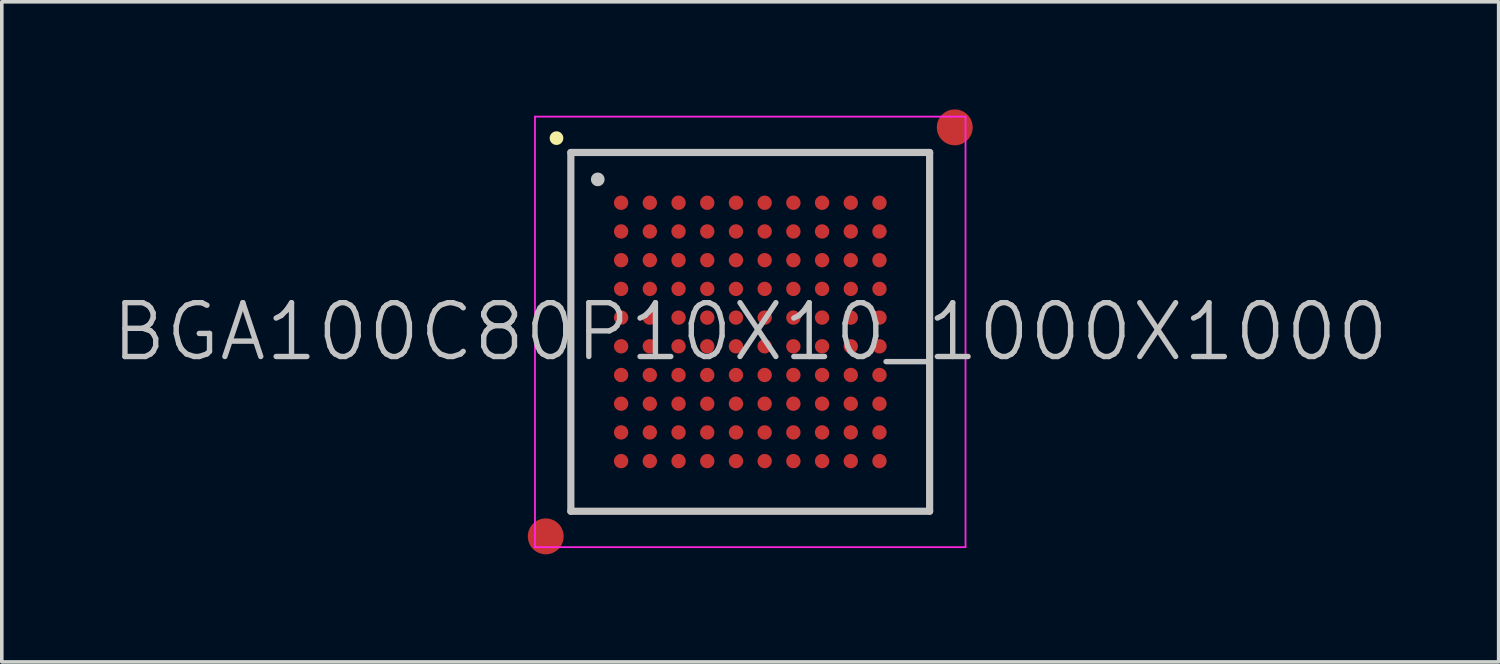
<source format=kicad_pcb>
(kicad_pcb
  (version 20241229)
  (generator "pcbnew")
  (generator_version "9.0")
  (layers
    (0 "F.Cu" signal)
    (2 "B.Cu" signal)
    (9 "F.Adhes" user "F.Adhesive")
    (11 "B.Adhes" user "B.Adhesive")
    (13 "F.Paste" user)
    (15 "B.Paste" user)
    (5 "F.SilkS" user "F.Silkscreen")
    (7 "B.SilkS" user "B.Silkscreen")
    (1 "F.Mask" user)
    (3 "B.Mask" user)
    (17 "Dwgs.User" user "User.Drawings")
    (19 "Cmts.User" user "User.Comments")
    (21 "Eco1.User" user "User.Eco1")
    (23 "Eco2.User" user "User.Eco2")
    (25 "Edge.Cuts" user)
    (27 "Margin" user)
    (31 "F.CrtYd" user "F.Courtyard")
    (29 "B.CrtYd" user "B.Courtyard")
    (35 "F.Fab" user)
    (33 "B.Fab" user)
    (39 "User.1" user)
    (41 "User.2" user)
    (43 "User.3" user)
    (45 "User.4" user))
  (footprint "BGA100C80P10X10_1000X1000"
    (layer "F.Cu")
    (at 17.861 6.2)
    (property "Reference" "BGA100C80P10X10_1000X1000" (at 0 0 0) (layer "Dwgs.User") (effects (font (size 1.5 1.5) (thickness 0.15))))
    (attr smd)
    (fp_line (start -5.4 -5.4) (end -5.4 -5.4) (stroke (width 0.381) (type solid)) (layer "F.SilkS"))
    (fp_line (start -5 -5) (end -5 5) (stroke (width 0.2) (type solid)) (layer "Dwgs.User"))
    (fp_line (start -5 -5) (end 5 -5) (stroke (width 0.2) (type solid)) (layer "Dwgs.User"))
    (fp_line (start -5 5) (end 5 5) (stroke (width 0.2) (type solid)) (layer "Dwgs.User"))
    (fp_line (start -4.25 -4.25) (end -4.25 -4.25) (stroke (width 0.381) (type solid)) (layer "Dwgs.User"))
    (fp_line (start 5 -5) (end 5 5) (stroke (width 0.2) (type solid)) (layer "Dwgs.User"))
    (fp_line (start -6 -6) (end -6 6) (stroke (width 0.05) (type solid)) (layer "F.CrtYd"))
    (fp_line (start -6 -6) (end 6 -6) (stroke (width 0.05) (type solid)) (layer "F.CrtYd"))
    (fp_line (start -6 6) (end 6 6) (stroke (width 0.05) (type solid)) (layer "F.CrtYd"))
    (fp_line (start 6 -6) (end 6 6) (stroke (width 0.05) (type solid)) (layer "F.CrtYd"))
    (pad "" smd circle (at -5.7 5.7) (size 1 1) (layers "F.Cu" "F.Mask"))
    (pad "" smd circle (at 5.7 -5.7) (size 1 1) (layers "F.Cu" "F.Mask"))
    (pad "A1" smd circle (at -3.599 -3.599) (size 0.4 0.4) (layers "F.Cu" "F.Mask" "F.Paste"))
    (pad "A2" smd circle (at -2.799 -3.599) (size 0.4 0.4) (layers "F.Cu" "F.Mask" "F.Paste"))
    (pad "A3" smd circle (at -1.998 -3.599) (size 0.4 0.4) (layers "F.Cu" "F.Mask" "F.Paste"))
    (pad "A4" smd circle (at -1.198 -3.599) (size 0.4 0.4) (layers "F.Cu" "F.Mask" "F.Paste"))
    (pad "A5" smd circle (at -0.398 -3.599) (size 0.4 0.4) (layers "F.Cu" "F.Mask" "F.Paste"))
    (pad "A6" smd circle (at 0.402 -3.599) (size 0.4 0.4) (layers "F.Cu" "F.Mask" "F.Paste"))
    (pad "A7" smd circle (at 1.202 -3.599) (size 0.4 0.4) (layers "F.Cu" "F.Mask" "F.Paste"))
    (pad "A8" smd circle (at 2.002 -3.599) (size 0.4 0.4) (layers "F.Cu" "F.Mask" "F.Paste"))
    (pad "A9" smd circle (at 2.802 -3.599) (size 0.4 0.4) (layers "F.Cu" "F.Mask" "F.Paste"))
    (pad "A10" smd circle (at 3.602 -3.599) (size 0.4 0.4) (layers "F.Cu" "F.Mask" "F.Paste"))
    (pad "B1" smd circle (at -3.599 -2.799) (size 0.4 0.4) (layers "F.Cu" "F.Mask" "F.Paste"))
    (pad "B2" smd circle (at -2.799 -2.799) (size 0.4 0.4) (layers "F.Cu" "F.Mask" "F.Paste"))
    (pad "B3" smd circle (at -1.998 -2.799) (size 0.4 0.4) (layers "F.Cu" "F.Mask" "F.Paste"))
    (pad "B4" smd circle (at -1.198 -2.799) (size 0.4 0.4) (layers "F.Cu" "F.Mask" "F.Paste"))
    (pad "B5" smd circle (at -0.398 -2.799) (size 0.4 0.4) (layers "F.Cu" "F.Mask" "F.Paste"))
    (pad "B6" smd circle (at 0.402 -2.799) (size 0.4 0.4) (layers "F.Cu" "F.Mask" "F.Paste"))
    (pad "B7" smd circle (at 1.202 -2.799) (size 0.4 0.4) (layers "F.Cu" "F.Mask" "F.Paste"))
    (pad "B8" smd circle (at 2.002 -2.799) (size 0.4 0.4) (layers "F.Cu" "F.Mask" "F.Paste"))
    (pad "B9" smd circle (at 2.802 -2.799) (size 0.4 0.4) (layers "F.Cu" "F.Mask" "F.Paste"))
    (pad "B10" smd circle (at 3.602 -2.799) (size 0.4 0.4) (layers "F.Cu" "F.Mask" "F.Paste"))
    (pad "C1" smd circle (at -3.599 -1.998) (size 0.4 0.4) (layers "F.Cu" "F.Mask" "F.Paste"))
    (pad "C2" smd circle (at -2.799 -1.998) (size 0.4 0.4) (layers "F.Cu" "F.Mask" "F.Paste"))
    (pad "C3" smd circle (at -1.998 -1.998) (size 0.4 0.4) (layers "F.Cu" "F.Mask" "F.Paste"))
    (pad "C4" smd circle (at -1.198 -1.998) (size 0.4 0.4) (layers "F.Cu" "F.Mask" "F.Paste"))
    (pad "C5" smd circle (at -0.398 -1.998) (size 0.4 0.4) (layers "F.Cu" "F.Mask" "F.Paste"))
    (pad "C6" smd circle (at 0.402 -1.998) (size 0.4 0.4) (layers "F.Cu" "F.Mask" "F.Paste"))
    (pad "C7" smd circle (at 1.202 -1.998) (size 0.4 0.4) (layers "F.Cu" "F.Mask" "F.Paste"))
    (pad "C8" smd circle (at 2.002 -1.998) (size 0.4 0.4) (layers "F.Cu" "F.Mask" "F.Paste"))
    (pad "C9" smd circle (at 2.802 -1.998) (size 0.4 0.4) (layers "F.Cu" "F.Mask" "F.Paste"))
    (pad "C10" smd circle (at 3.602 -1.998) (size 0.4 0.4) (layers "F.Cu" "F.Mask" "F.Paste"))
    (pad "D1" smd circle (at -3.599 -1.198) (size 0.4 0.4) (layers "F.Cu" "F.Mask" "F.Paste"))
    (pad "D2" smd circle (at -2.799 -1.198) (size 0.4 0.4) (layers "F.Cu" "F.Mask" "F.Paste"))
    (pad "D3" smd circle (at -1.998 -1.198) (size 0.4 0.4) (layers "F.Cu" "F.Mask" "F.Paste"))
    (pad "D4" smd circle (at -1.198 -1.198) (size 0.4 0.4) (layers "F.Cu" "F.Mask" "F.Paste"))
    (pad "D5" smd circle (at -0.398 -1.198) (size 0.4 0.4) (layers "F.Cu" "F.Mask" "F.Paste"))
    (pad "D6" smd circle (at 0.402 -1.198) (size 0.4 0.4) (layers "F.Cu" "F.Mask" "F.Paste"))
    (pad "D7" smd circle (at 1.202 -1.198) (size 0.4 0.4) (layers "F.Cu" "F.Mask" "F.Paste"))
    (pad "D8" smd circle (at 2.002 -1.198) (size 0.4 0.4) (layers "F.Cu" "F.Mask" "F.Paste"))
    (pad "D9" smd circle (at 2.802 -1.198) (size 0.4 0.4) (layers "F.Cu" "F.Mask" "F.Paste"))
    (pad "D10" smd circle (at 3.602 -1.198) (size 0.4 0.4) (layers "F.Cu" "F.Mask" "F.Paste"))
    (pad "E1" smd circle (at -3.599 -0.398) (size 0.4 0.4) (layers "F.Cu" "F.Mask" "F.Paste"))
    (pad "E2" smd circle (at -2.799 -0.398) (size 0.4 0.4) (layers "F.Cu" "F.Mask" "F.Paste"))
    (pad "E3" smd circle (at -1.998 -0.398) (size 0.4 0.4) (layers "F.Cu" "F.Mask" "F.Paste"))
    (pad "E4" smd circle (at -1.198 -0.398) (size 0.4 0.4) (layers "F.Cu" "F.Mask" "F.Paste"))
    (pad "E5" smd circle (at -0.398 -0.398) (size 0.4 0.4) (layers "F.Cu" "F.Mask" "F.Paste"))
    (pad "E6" smd circle (at 0.402 -0.398) (size 0.4 0.4) (layers "F.Cu" "F.Mask" "F.Paste"))
    (pad "E7" smd circle (at 1.202 -0.398) (size 0.4 0.4) (layers "F.Cu" "F.Mask" "F.Paste"))
    (pad "E8" smd circle (at 2.002 -0.398) (size 0.4 0.4) (layers "F.Cu" "F.Mask" "F.Paste"))
    (pad "E9" smd circle (at 2.802 -0.398) (size 0.4 0.4) (layers "F.Cu" "F.Mask" "F.Paste"))
    (pad "E10" smd circle (at 3.602 -0.398) (size 0.4 0.4) (layers "F.Cu" "F.Mask" "F.Paste"))
    (pad "F1" smd circle (at -3.599 0.402) (size 0.4 0.4) (layers "F.Cu" "F.Mask" "F.Paste"))
    (pad "F2" smd circle (at -2.799 0.402) (size 0.4 0.4) (layers "F.Cu" "F.Mask" "F.Paste"))
    (pad "F3" smd circle (at -1.998 0.402) (size 0.4 0.4) (layers "F.Cu" "F.Mask" "F.Paste"))
    (pad "F4" smd circle (at -1.198 0.402) (size 0.4 0.4) (layers "F.Cu" "F.Mask" "F.Paste"))
    (pad "F5" smd circle (at -0.398 0.402) (size 0.4 0.4) (layers "F.Cu" "F.Mask" "F.Paste"))
    (pad "F6" smd circle (at 0.402 0.402) (size 0.4 0.4) (layers "F.Cu" "F.Mask" "F.Paste"))
    (pad "F7" smd circle (at 1.202 0.402) (size 0.4 0.4) (layers "F.Cu" "F.Mask" "F.Paste"))
    (pad "F8" smd circle (at 2.002 0.402) (size 0.4 0.4) (layers "F.Cu" "F.Mask" "F.Paste"))
    (pad "F9" smd circle (at 2.802 0.402) (size 0.4 0.4) (layers "F.Cu" "F.Mask" "F.Paste"))
    (pad "F10" smd circle (at 3.602 0.402) (size 0.4 0.4) (layers "F.Cu" "F.Mask" "F.Paste"))
    (pad "G1" smd circle (at -3.599 1.202) (size 0.4 0.4) (layers "F.Cu" "F.Mask" "F.Paste"))
    (pad "G2" smd circle (at -2.799 1.202) (size 0.4 0.4) (layers "F.Cu" "F.Mask" "F.Paste"))
    (pad "G3" smd circle (at -1.998 1.202) (size 0.4 0.4) (layers "F.Cu" "F.Mask" "F.Paste"))
    (pad "G4" smd circle (at -1.198 1.202) (size 0.4 0.4) (layers "F.Cu" "F.Mask" "F.Paste"))
    (pad "G5" smd circle (at -0.398 1.202) (size 0.4 0.4) (layers "F.Cu" "F.Mask" "F.Paste"))
    (pad "G6" smd circle (at 0.402 1.202) (size 0.4 0.4) (layers "F.Cu" "F.Mask" "F.Paste"))
    (pad "G7" smd circle (at 1.202 1.202) (size 0.4 0.4) (layers "F.Cu" "F.Mask" "F.Paste"))
    (pad "G8" smd circle (at 2.002 1.202) (size 0.4 0.4) (layers "F.Cu" "F.Mask" "F.Paste"))
    (pad "G9" smd circle (at 2.802 1.202) (size 0.4 0.4) (layers "F.Cu" "F.Mask" "F.Paste"))
    (pad "G10" smd circle (at 3.602 1.202) (size 0.4 0.4) (layers "F.Cu" "F.Mask" "F.Paste"))
    (pad "H1" smd circle (at -3.599 2.002) (size 0.4 0.4) (layers "F.Cu" "F.Mask" "F.Paste"))
    (pad "H2" smd circle (at -2.799 2.002) (size 0.4 0.4) (layers "F.Cu" "F.Mask" "F.Paste"))
    (pad "H3" smd circle (at -1.998 2.002) (size 0.4 0.4) (layers "F.Cu" "F.Mask" "F.Paste"))
    (pad "H4" smd circle (at -1.198 2.002) (size 0.4 0.4) (layers "F.Cu" "F.Mask" "F.Paste"))
    (pad "H5" smd circle (at -0.398 2.002) (size 0.4 0.4) (layers "F.Cu" "F.Mask" "F.Paste"))
    (pad "H6" smd circle (at 0.402 2.002) (size 0.4 0.4) (layers "F.Cu" "F.Mask" "F.Paste"))
    (pad "H7" smd circle (at 1.202 2.002) (size 0.4 0.4) (layers "F.Cu" "F.Mask" "F.Paste"))
    (pad "H8" smd circle (at 2.002 2.002) (size 0.4 0.4) (layers "F.Cu" "F.Mask" "F.Paste"))
    (pad "H9" smd circle (at 2.802 2.002) (size 0.4 0.4) (layers "F.Cu" "F.Mask" "F.Paste"))
    (pad "H10" smd circle (at 3.602 2.002) (size 0.4 0.4) (layers "F.Cu" "F.Mask" "F.Paste"))
    (pad "J1" smd circle (at -3.599 2.802) (size 0.4 0.4) (layers "F.Cu" "F.Mask" "F.Paste"))
    (pad "J2" smd circle (at -2.799 2.802) (size 0.4 0.4) (layers "F.Cu" "F.Mask" "F.Paste"))
    (pad "J3" smd circle (at -1.998 2.802) (size 0.4 0.4) (layers "F.Cu" "F.Mask" "F.Paste"))
    (pad "J4" smd circle (at -1.198 2.802) (size 0.4 0.4) (layers "F.Cu" "F.Mask" "F.Paste"))
    (pad "J5" smd circle (at -0.398 2.802) (size 0.4 0.4) (layers "F.Cu" "F.Mask" "F.Paste"))
    (pad "J6" smd circle (at 0.402 2.802) (size 0.4 0.4) (layers "F.Cu" "F.Mask" "F.Paste"))
    (pad "J7" smd circle (at 1.202 2.802) (size 0.4 0.4) (layers "F.Cu" "F.Mask" "F.Paste"))
    (pad "J8" smd circle (at 2.002 2.802) (size 0.4 0.4) (layers "F.Cu" "F.Mask" "F.Paste"))
    (pad "J9" smd circle (at 2.802 2.802) (size 0.4 0.4) (layers "F.Cu" "F.Mask" "F.Paste"))
    (pad "J10" smd circle (at 3.602 2.802) (size 0.4 0.4) (layers "F.Cu" "F.Mask" "F.Paste"))
    (pad "K1" smd circle (at -3.599 3.602) (size 0.4 0.4) (layers "F.Cu" "F.Mask" "F.Paste"))
    (pad "K2" smd circle (at -2.799 3.602) (size 0.4 0.4) (layers "F.Cu" "F.Mask" "F.Paste"))
    (pad "K3" smd circle (at -1.998 3.602) (size 0.4 0.4) (layers "F.Cu" "F.Mask" "F.Paste"))
    (pad "K4" smd circle (at -1.198 3.602) (size 0.4 0.4) (layers "F.Cu" "F.Mask" "F.Paste"))
    (pad "K5" smd circle (at -0.398 3.602) (size 0.4 0.4) (layers "F.Cu" "F.Mask" "F.Paste"))
    (pad "K6" smd circle (at 0.402 3.602) (size 0.4 0.4) (layers "F.Cu" "F.Mask" "F.Paste"))
    (pad "K7" smd circle (at 1.202 3.602) (size 0.4 0.4) (layers "F.Cu" "F.Mask" "F.Paste"))
    (pad "K8" smd circle (at 2.002 3.602) (size 0.4 0.4) (layers "F.Cu" "F.Mask" "F.Paste"))
    (pad "K9" smd circle (at 2.802 3.602) (size 0.4 0.4) (layers "F.Cu" "F.Mask" "F.Paste"))
    (pad "K10" smd circle (at 3.602 3.602) (size 0.4 0.4) (layers "F.Cu" "F.Mask" "F.Paste")))
  (gr_rect
    (start -3 -3)
    (end 38.721 15.4)
    (stroke (width 0.1) (type default))
    (fill no)
    (layer "Edge.Cuts")))
</source>
